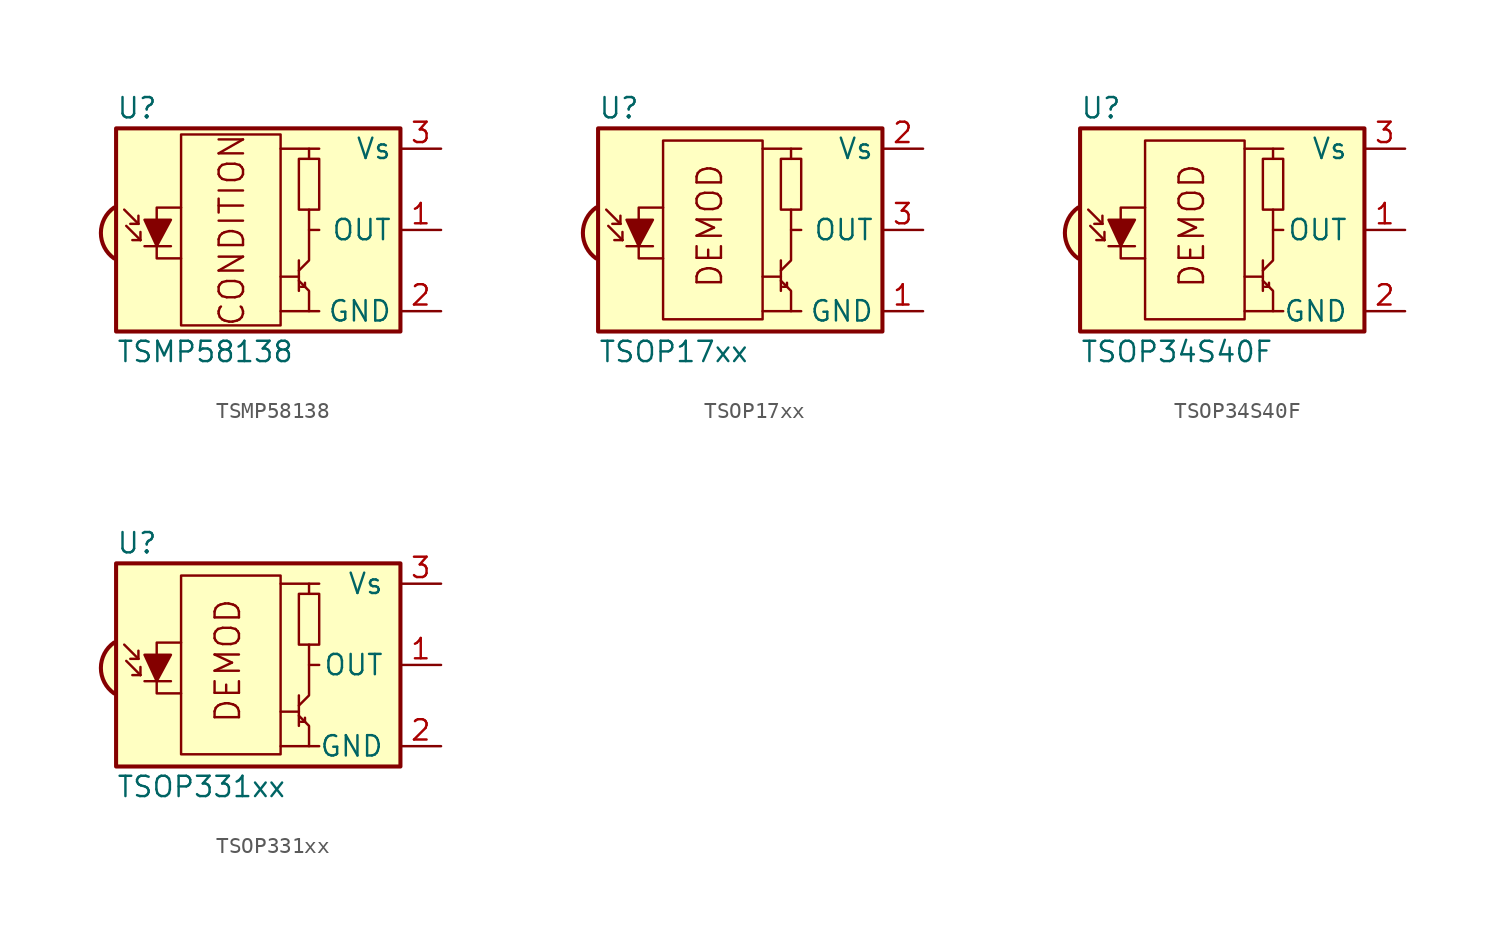
<source format=kicad_sym>
(kicad_symbol_lib
  (version 20201005)
  (generator kicad_symbol_editor)
  (symbol "TSMP58138"
    (property "Reference" "U"
      (at -10.16 7.62 0)
      (effects (font (size 1.27 1.27)) (justify left)))
    (property "Value" "TSMP58138"
      (at -10.16 -7.62 0)
      (effects (font (size 1.27 1.27)) (justify left)))
    (symbol "TSMP58138_0_0"
      (arc (start -10.287 1.397) (end -10.287 -1.778) (radius (at -9.144 -0.1778) (length 1.9558) (angles 126 -125.5)) (stroke (width 0.254)) (fill (type background)))
      (text "CONDITION" (at -2.921 0 900) (effects (font (size 1.524 1.524))))
      (polyline (pts (xy 1.905 -5.08) (xy 0.127 -5.08)) (stroke (width 0)) (fill (type none)))
      (polyline (pts (xy 1.905 5.08) (xy 0.127 5.08)) (stroke (width 0)) (fill (type none))))
    (symbol "TSMP58138_0_1"
      (rectangle (start -6.096 5.969) (end 0.127 -5.969) (stroke (width 0)) (fill (type none)))
      (rectangle (start 2.54 1.27) (end 1.27 4.445) (stroke (width 0)) (fill (type none)))
      (rectangle (start 7.62 6.35) (end -10.16 -6.35) (stroke (width 0.254)) (fill (type background)))
      (polyline (pts (xy -8.763 0.381) (xy -9.652 1.27)) (stroke (width 0)) (fill (type none)))
      (polyline (pts (xy -8.763 0.381) (xy -9.271 0.381)) (stroke (width 0)) (fill (type none)))
      (polyline (pts (xy -8.763 0.381) (xy -8.763 0.889)) (stroke (width 0)) (fill (type none)))
      (polyline (pts (xy -8.636 -0.635) (xy -9.525 0.254)) (stroke (width 0)) (fill (type none)))
      (polyline (pts (xy -8.636 -0.635) (xy -9.144 -0.635)) (stroke (width 0)) (fill (type none)))
      (polyline (pts (xy -8.636 -0.635) (xy -8.636 -0.127)) (stroke (width 0)) (fill (type none)))
      (polyline (pts (xy -8.382 -1.016) (xy -6.731 -1.016)) (stroke (width 0)) (fill (type none)))
      (polyline (pts (xy 1.27 -2.921) (xy 0.127 -2.921)) (stroke (width 0)) (fill (type none)))
      (polyline (pts (xy 1.27 -1.905) (xy 1.27 -3.81)) (stroke (width 0)) (fill (type none)))
      (polyline (pts (xy 1.397 -3.556) (xy 1.524 -3.556)) (stroke (width 0)) (fill (type none)))
      (polyline (pts (xy 1.651 -3.556) (xy 1.524 -3.556)) (stroke (width 0)) (fill (type none)))
      (polyline (pts (xy 1.651 -3.556) (xy 1.651 -3.302)) (stroke (width 0)) (fill (type none)))
      (polyline (pts (xy 1.905 0) (xy 1.905 1.27)) (stroke (width 0)) (fill (type none)))
      (polyline (pts (xy 1.905 4.445) (xy 1.905 5.08) (xy 2.54 5.08)) (stroke (width 0)) (fill (type none)))
      (polyline (pts (xy -6.096 1.397) (xy -7.62 1.397) (xy -7.62 -1.778) (xy -6.096 -1.778)) (stroke (width 0)) (fill (type none)))
      (polyline (pts (xy 1.27 -3.175) (xy 1.905 -3.81) (xy 1.905 -5.08) (xy 2.54 -5.08)) (stroke (width 0)) (fill (type none)))
      (polyline (pts (xy 1.27 -2.54) (xy 1.905 -1.905) (xy 1.905 0) (xy 2.54 0)) (stroke (width 0)) (fill (type none)))
      (polyline (pts (xy -8.382 0.635) (xy -6.731 0.635) (xy -7.62 -1.016) (xy -8.382 0.635)) (stroke (width 0)) (fill (type outline))))
    (symbol "TSMP58138_1_1"
      (pin output line (at 10.16 0 180) (length 2.54) (name "OUT" (effects (font (size 1.27 1.27)))) (number "1" (effects (font (size 1.27 1.27)))))
      (pin power_in line (at 10.16 -5.08 180) (length 2.54) (name "GND" (effects (font (size 1.27 1.27)))) (number "2" (effects (font (size 1.27 1.27)))))
      (pin power_in line (at 10.16 5.08 180) (length 2.54) (name "Vs" (effects (font (size 1.27 1.27)))) (number "3" (effects (font (size 1.27 1.27)))))))
  (symbol "TSOP17xx"
    (property "Reference" "U"
      (at -10.16 7.62 0)
      (effects (font (size 1.27 1.27)) (justify left)))
    (property "Value" "TSOP17xx"
      (at -10.16 -7.62 0)
      (effects (font (size 1.27 1.27)) (justify left)))
    (symbol "TSOP17xx_0_0"
      (arc (start -10.287 1.397) (end -10.287 -1.778) (radius (at -9.144 -0.1778) (length 1.9558) (angles 126 -125.5)) (stroke (width 0.254)) (fill (type background)))
      (text "DEMOD" (at -3.175 0.254 900) (effects (font (size 1.524 1.524))))
      (polyline (pts (xy 1.905 -5.08) (xy 0.127 -5.08)) (stroke (width 0)) (fill (type none)))
      (polyline (pts (xy 1.905 5.08) (xy 0.127 5.08)) (stroke (width 0)) (fill (type none))))
    (symbol "TSOP17xx_0_1"
      (rectangle (start -6.096 5.588) (end 0.127 -5.588) (stroke (width 0)) (fill (type none)))
      (rectangle (start 2.54 1.27) (end 1.27 4.445) (stroke (width 0)) (fill (type none)))
      (rectangle (start 7.62 6.35) (end -10.16 -6.35) (stroke (width 0.254)) (fill (type background)))
      (polyline (pts (xy -8.763 0.381) (xy -9.652 1.27)) (stroke (width 0)) (fill (type none)))
      (polyline (pts (xy -8.763 0.381) (xy -9.271 0.381)) (stroke (width 0)) (fill (type none)))
      (polyline (pts (xy -8.763 0.381) (xy -8.763 0.889)) (stroke (width 0)) (fill (type none)))
      (polyline (pts (xy -8.636 -0.635) (xy -9.525 0.254)) (stroke (width 0)) (fill (type none)))
      (polyline (pts (xy -8.636 -0.635) (xy -9.144 -0.635)) (stroke (width 0)) (fill (type none)))
      (polyline (pts (xy -8.636 -0.635) (xy -8.636 -0.127)) (stroke (width 0)) (fill (type none)))
      (polyline (pts (xy -8.382 -1.016) (xy -6.731 -1.016)) (stroke (width 0)) (fill (type none)))
      (polyline (pts (xy 1.27 -2.921) (xy 0.127 -2.921)) (stroke (width 0)) (fill (type none)))
      (polyline (pts (xy 1.27 -1.905) (xy 1.27 -3.81)) (stroke (width 0)) (fill (type none)))
      (polyline (pts (xy 1.397 -3.556) (xy 1.524 -3.556)) (stroke (width 0)) (fill (type none)))
      (polyline (pts (xy 1.651 -3.556) (xy 1.524 -3.556)) (stroke (width 0)) (fill (type none)))
      (polyline (pts (xy 1.651 -3.556) (xy 1.651 -3.302)) (stroke (width 0)) (fill (type none)))
      (polyline (pts (xy 1.905 0) (xy 1.905 1.27)) (stroke (width 0)) (fill (type none)))
      (polyline (pts (xy 1.905 4.445) (xy 1.905 5.08) (xy 2.54 5.08)) (stroke (width 0)) (fill (type none)))
      (polyline (pts (xy -6.096 1.397) (xy -7.62 1.397) (xy -7.62 -1.778) (xy -6.096 -1.778)) (stroke (width 0)) (fill (type none)))
      (polyline (pts (xy 1.27 -3.175) (xy 1.905 -3.81) (xy 1.905 -5.08) (xy 2.54 -5.08)) (stroke (width 0)) (fill (type none)))
      (polyline (pts (xy 1.27 -2.54) (xy 1.905 -1.905) (xy 1.905 0) (xy 2.54 0)) (stroke (width 0)) (fill (type none)))
      (polyline (pts (xy -8.382 0.635) (xy -6.731 0.635) (xy -7.62 -1.016) (xy -8.382 0.635)) (stroke (width 0)) (fill (type outline))))
    (symbol "TSOP17xx_1_1"
      (pin power_in line (at 10.16 -5.08 180) (length 2.54) (name "GND" (effects (font (size 1.27 1.27)))) (number "1" (effects (font (size 1.27 1.27)))))
      (pin power_in line (at 10.16 5.08 180) (length 2.54) (name "Vs" (effects (font (size 1.27 1.27)))) (number "2" (effects (font (size 1.27 1.27)))))
      (pin output line (at 10.16 0 180) (length 2.54) (name "OUT" (effects (font (size 1.27 1.27)))) (number "3" (effects (font (size 1.27 1.27)))))))
  (symbol "TSOP34S40F"
    (pin_names
      (offset 1.016))
    (property "Reference" "U"
      (at -10.16 7.62 0)
      (effects (font (size 1.27 1.27)) (justify left)))
    (property "Value" "TSOP34S40F"
      (at -10.16 -7.62 0)
      (effects (font (size 1.27 1.27)) (justify left)))
    (symbol "TSOP34S40F_0_0"
      (arc (start -10.287 1.397) (end -10.287 -1.778) (radius (at -9.144 -0.1778) (length 1.9558) (angles 126 -125.5)) (stroke (width 0.254)) (fill (type background)))
      (text "DEMOD" (at -3.175 0.254 900) (effects (font (size 1.524 1.524))))
      (polyline (pts (xy 1.905 -5.08) (xy 0.127 -5.08)) (stroke (width 0)) (fill (type none)))
      (polyline (pts (xy 1.905 5.08) (xy 0.127 5.08)) (stroke (width 0)) (fill (type none))))
    (symbol "TSOP34S40F_0_1"
      (rectangle (start -6.096 5.588) (end 0.127 -5.588) (stroke (width 0)) (fill (type none)))
      (rectangle (start 2.54 1.27) (end 1.27 4.445) (stroke (width 0)) (fill (type none)))
      (rectangle (start 7.62 6.35) (end -10.16 -6.35) (stroke (width 0.254)) (fill (type background)))
      (polyline (pts (xy -8.763 0.381) (xy -9.652 1.27)) (stroke (width 0)) (fill (type none)))
      (polyline (pts (xy -8.763 0.381) (xy -9.271 0.381)) (stroke (width 0)) (fill (type none)))
      (polyline (pts (xy -8.763 0.381) (xy -8.763 0.889)) (stroke (width 0)) (fill (type none)))
      (polyline (pts (xy -8.636 -0.635) (xy -9.525 0.254)) (stroke (width 0)) (fill (type none)))
      (polyline (pts (xy -8.636 -0.635) (xy -9.144 -0.635)) (stroke (width 0)) (fill (type none)))
      (polyline (pts (xy -8.636 -0.635) (xy -8.636 -0.127)) (stroke (width 0)) (fill (type none)))
      (polyline (pts (xy -8.382 -1.016) (xy -6.731 -1.016)) (stroke (width 0)) (fill (type none)))
      (polyline (pts (xy 1.27 -2.921) (xy 0.127 -2.921)) (stroke (width 0)) (fill (type none)))
      (polyline (pts (xy 1.27 -1.905) (xy 1.27 -3.81)) (stroke (width 0)) (fill (type none)))
      (polyline (pts (xy 1.397 -3.556) (xy 1.524 -3.556)) (stroke (width 0)) (fill (type none)))
      (polyline (pts (xy 1.651 -3.556) (xy 1.524 -3.556)) (stroke (width 0)) (fill (type none)))
      (polyline (pts (xy 1.651 -3.556) (xy 1.651 -3.302)) (stroke (width 0)) (fill (type none)))
      (polyline (pts (xy 1.905 0) (xy 1.905 1.27)) (stroke (width 0)) (fill (type none)))
      (polyline (pts (xy 1.905 4.445) (xy 1.905 5.08) (xy 2.54 5.08)) (stroke (width 0)) (fill (type none)))
      (polyline (pts (xy -6.096 1.397) (xy -7.62 1.397) (xy -7.62 -1.778) (xy -6.096 -1.778)) (stroke (width 0)) (fill (type none)))
      (polyline (pts (xy 1.27 -3.175) (xy 1.905 -3.81) (xy 1.905 -5.08) (xy 2.54 -5.08)) (stroke (width 0)) (fill (type none)))
      (polyline (pts (xy 1.27 -2.54) (xy 1.905 -1.905) (xy 1.905 0) (xy 2.54 0)) (stroke (width 0)) (fill (type none)))
      (polyline (pts (xy -8.382 0.635) (xy -6.731 0.635) (xy -7.62 -1.016) (xy -8.382 0.635)) (stroke (width 0)) (fill (type outline))))
    (symbol "TSOP34S40F_1_1"
      (pin output line (at 10.16 0 180) (length 2.54) (name "OUT" (effects (font (size 1.27 1.27)))) (number "1" (effects (font (size 1.27 1.27)))))
      (pin power_in line (at 10.16 -5.08 180) (length 2.54) (name "GND" (effects (font (size 1.27 1.27)))) (number "2" (effects (font (size 1.27 1.27)))))
      (pin power_in line (at 10.16 5.08 180) (length 2.54) (name "Vs" (effects (font (size 1.27 1.27)))) (number "3" (effects (font (size 1.27 1.27)))))))
  (symbol "TSOP331xx"
    (pin_names
      (offset 1.016))
    (property "Reference" "U"
      (at -10.16 7.62 0)
      (effects (font (size 1.27 1.27)) (justify left)))
    (property "Value" "TSOP331xx"
      (at -10.16 -7.62 0)
      (effects (font (size 1.27 1.27)) (justify left)))
    (symbol "TSOP331xx_0_0"
      (arc (start -10.287 1.397) (end -10.287 -1.778) (radius (at -9.144 -0.1778) (length 1.9558) (angles 126 -125.5)) (stroke (width 0.254)) (fill (type background)))
      (text "DEMOD" (at -3.175 0.254 900) (effects (font (size 1.524 1.524))))
      (polyline (pts (xy 1.905 -5.08) (xy 0.127 -5.08)) (stroke (width 0)) (fill (type none)))
      (polyline (pts (xy 1.905 5.08) (xy 0.127 5.08)) (stroke (width 0)) (fill (type none))))
    (symbol "TSOP331xx_0_1"
      (rectangle (start -6.096 5.588) (end 0.127 -5.588) (stroke (width 0)) (fill (type none)))
      (rectangle (start 2.54 1.27) (end 1.27 4.445) (stroke (width 0)) (fill (type none)))
      (rectangle (start 7.62 6.35) (end -10.16 -6.35) (stroke (width 0.254)) (fill (type background)))
      (polyline (pts (xy -8.763 0.381) (xy -9.652 1.27)) (stroke (width 0)) (fill (type none)))
      (polyline (pts (xy -8.763 0.381) (xy -9.271 0.381)) (stroke (width 0)) (fill (type none)))
      (polyline (pts (xy -8.763 0.381) (xy -8.763 0.889)) (stroke (width 0)) (fill (type none)))
      (polyline (pts (xy -8.636 -0.635) (xy -9.525 0.254)) (stroke (width 0)) (fill (type none)))
      (polyline (pts (xy -8.636 -0.635) (xy -9.144 -0.635)) (stroke (width 0)) (fill (type none)))
      (polyline (pts (xy -8.636 -0.635) (xy -8.636 -0.127)) (stroke (width 0)) (fill (type none)))
      (polyline (pts (xy -8.382 -1.016) (xy -6.731 -1.016)) (stroke (width 0)) (fill (type none)))
      (polyline (pts (xy 1.27 -2.921) (xy 0.127 -2.921)) (stroke (width 0)) (fill (type none)))
      (polyline (pts (xy 1.27 -1.905) (xy 1.27 -3.81)) (stroke (width 0)) (fill (type none)))
      (polyline (pts (xy 1.397 -3.556) (xy 1.524 -3.556)) (stroke (width 0)) (fill (type none)))
      (polyline (pts (xy 1.651 -3.556) (xy 1.524 -3.556)) (stroke (width 0)) (fill (type none)))
      (polyline (pts (xy 1.651 -3.556) (xy 1.651 -3.302)) (stroke (width 0)) (fill (type none)))
      (polyline (pts (xy 1.905 0) (xy 1.905 1.27)) (stroke (width 0)) (fill (type none)))
      (polyline (pts (xy 1.905 4.445) (xy 1.905 5.08) (xy 2.54 5.08)) (stroke (width 0)) (fill (type none)))
      (polyline (pts (xy -6.096 1.397) (xy -7.62 1.397) (xy -7.62 -1.778) (xy -6.096 -1.778)) (stroke (width 0)) (fill (type none)))
      (polyline (pts (xy 1.27 -3.175) (xy 1.905 -3.81) (xy 1.905 -5.08) (xy 2.54 -5.08)) (stroke (width 0)) (fill (type none)))
      (polyline (pts (xy 1.27 -2.54) (xy 1.905 -1.905) (xy 1.905 0) (xy 2.54 0)) (stroke (width 0)) (fill (type none)))
      (polyline (pts (xy -8.382 0.635) (xy -6.731 0.635) (xy -7.62 -1.016) (xy -8.382 0.635)) (stroke (width 0)) (fill (type outline))))
    (symbol "TSOP331xx_1_1"
      (pin output line (at 10.16 0 180) (length 2.54) (name "OUT" (effects (font (size 1.27 1.27)))) (number "1" (effects (font (size 1.27 1.27)))))
      (pin power_in line (at 10.16 -5.08 180) (length 2.54) (name "GND" (effects (font (size 1.27 1.27)))) (number "2" (effects (font (size 1.27 1.27)))))
      (pin power_in line (at 10.16 5.08 180) (length 2.54) (name "Vs" (effects (font (size 1.27 1.27)))) (number "3" (effects (font (size 1.27 1.27))))))))
</source>
